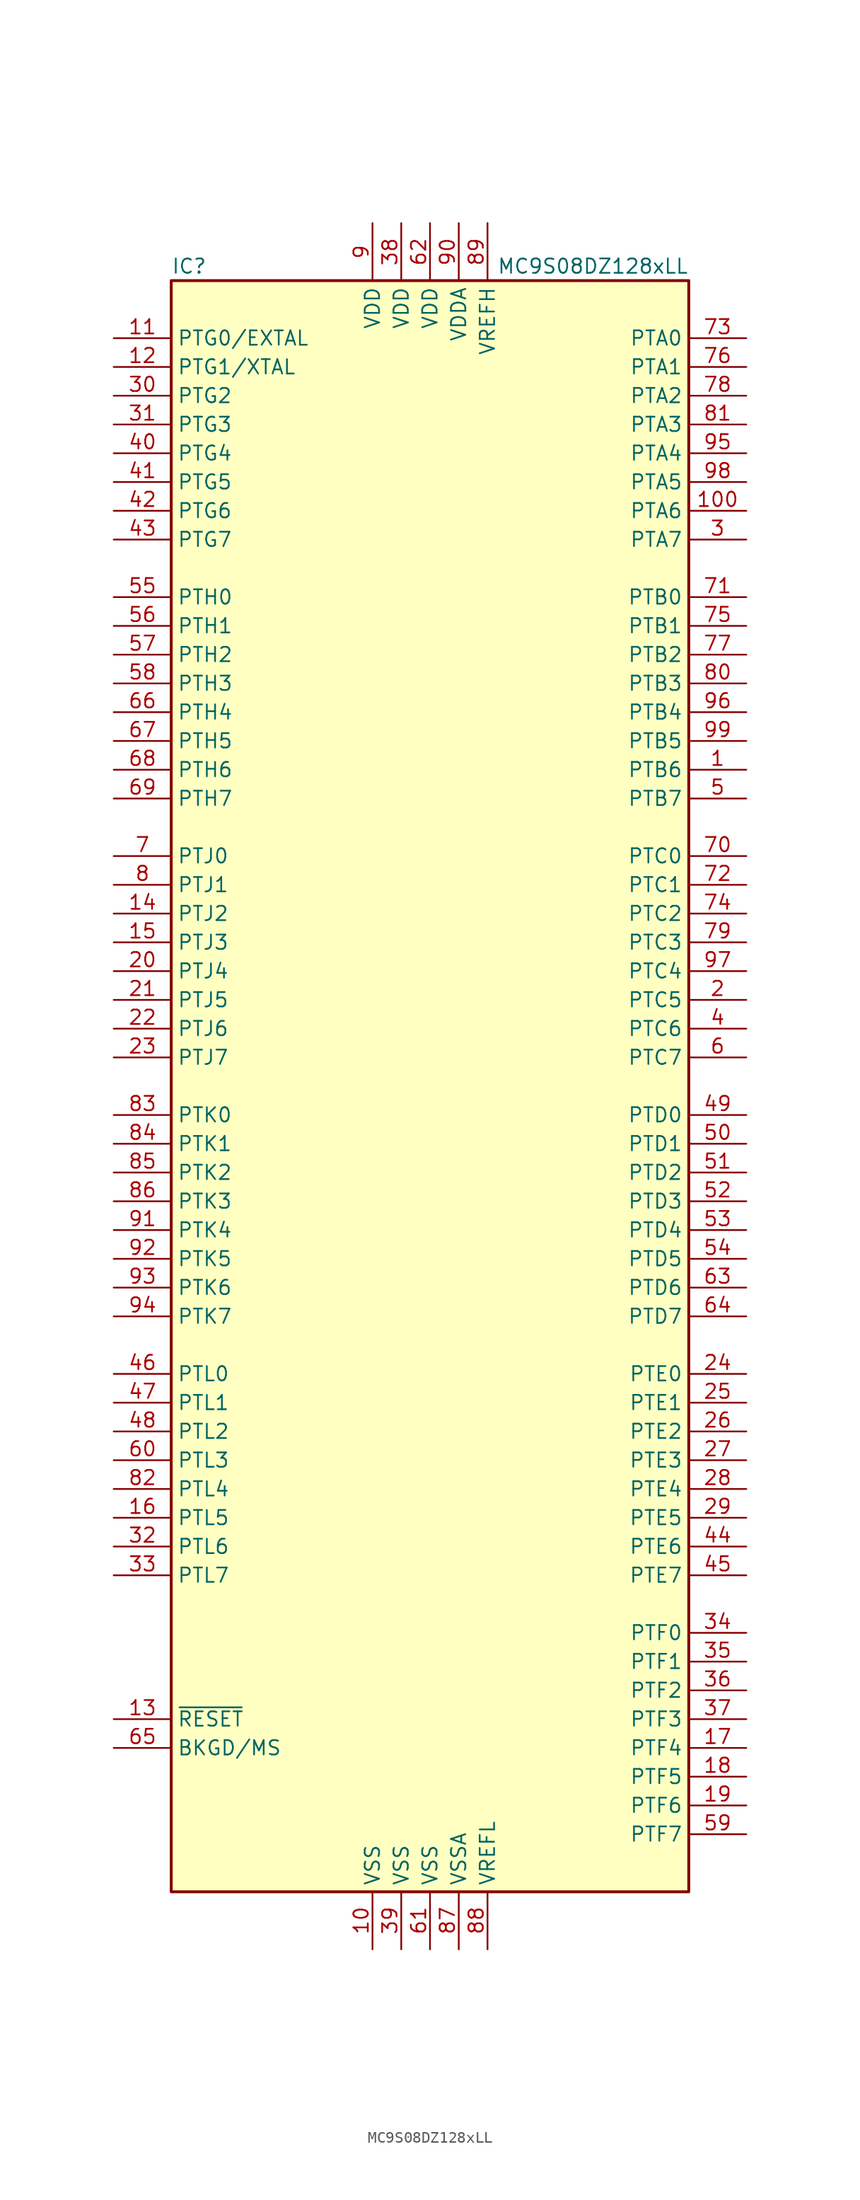
<source format=kicad_sym>
(kicad_symbol_lib
  (version 20231120)
  (generator "kicad_symbol_editor")
  (generator_version "8.0")
  (symbol "MC9S08DZ128xLL"
    (property "Reference" "IC"
      (at -22.86 72.39 0)
      (effects (font (size 1.27 1.27)) (justify left)))
    (property "Value" "MC9S08DZ128xLL"
      (at 22.86 72.39 0)
      (effects (font (size 1.27 1.27)) (justify right)))
    (symbol "MC9S08DZ128xLL_0_1"
      (rectangle (start -22.86 71.12) (end 22.86 -71.12) (stroke (width 0.254) (type default)) (fill (type background))))
    (symbol "MC9S08DZ128xLL_1_1"
      (pin bidirectional line (at 27.94 27.94 180) (length 5.08) (name "PTB6" (effects (font (size 1.27 1.27)))) (number "1" (effects (font (size 1.27 1.27)))))
      (pin power_in line (at -5.08 -76.2 90) (length 5.08) (name "VSS" (effects (font (size 1.27 1.27)))) (number "10" (effects (font (size 1.27 1.27)))))
      (pin bidirectional line (at 27.94 50.8 180) (length 5.08) (name "PTA6" (effects (font (size 1.27 1.27)))) (number "100" (effects (font (size 1.27 1.27)))))
      (pin bidirectional line (at -27.94 66.04 0) (length 5.08) (name "PTG0/EXTAL" (effects (font (size 1.27 1.27)))) (number "11" (effects (font (size 1.27 1.27)))))
      (pin bidirectional line (at -27.94 63.5 0) (length 5.08) (name "PTG1/XTAL" (effects (font (size 1.27 1.27)))) (number "12" (effects (font (size 1.27 1.27)))))
      (pin input line (at -27.94 -55.88 0) (length 5.08) (name "~{RESET}" (effects (font (size 1.27 1.27)))) (number "13" (effects (font (size 1.27 1.27)))))
      (pin bidirectional line (at -27.94 15.24 0) (length 5.08) (name "PTJ2" (effects (font (size 1.27 1.27)))) (number "14" (effects (font (size 1.27 1.27)))))
      (pin bidirectional line (at -27.94 12.7 0) (length 5.08) (name "PTJ3" (effects (font (size 1.27 1.27)))) (number "15" (effects (font (size 1.27 1.27)))))
      (pin bidirectional line (at -27.94 -38.1 0) (length 5.08) (name "PTL5" (effects (font (size 1.27 1.27)))) (number "16" (effects (font (size 1.27 1.27)))))
      (pin bidirectional line (at 27.94 -58.42 180) (length 5.08) (name "PTF4" (effects (font (size 1.27 1.27)))) (number "17" (effects (font (size 1.27 1.27)))))
      (pin bidirectional line (at 27.94 -60.96 180) (length 5.08) (name "PTF5" (effects (font (size 1.27 1.27)))) (number "18" (effects (font (size 1.27 1.27)))))
      (pin bidirectional line (at 27.94 -63.5 180) (length 5.08) (name "PTF6" (effects (font (size 1.27 1.27)))) (number "19" (effects (font (size 1.27 1.27)))))
      (pin bidirectional line (at 27.94 7.62 180) (length 5.08) (name "PTC5" (effects (font (size 1.27 1.27)))) (number "2" (effects (font (size 1.27 1.27)))))
      (pin bidirectional line (at -27.94 10.16 0) (length 5.08) (name "PTJ4" (effects (font (size 1.27 1.27)))) (number "20" (effects (font (size 1.27 1.27)))))
      (pin bidirectional line (at -27.94 7.62 0) (length 5.08) (name "PTJ5" (effects (font (size 1.27 1.27)))) (number "21" (effects (font (size 1.27 1.27)))))
      (pin bidirectional line (at -27.94 5.08 0) (length 5.08) (name "PTJ6" (effects (font (size 1.27 1.27)))) (number "22" (effects (font (size 1.27 1.27)))))
      (pin bidirectional line (at -27.94 2.54 0) (length 5.08) (name "PTJ7" (effects (font (size 1.27 1.27)))) (number "23" (effects (font (size 1.27 1.27)))))
      (pin bidirectional line (at 27.94 -25.4 180) (length 5.08) (name "PTE0" (effects (font (size 1.27 1.27)))) (number "24" (effects (font (size 1.27 1.27)))))
      (pin bidirectional line (at 27.94 -27.94 180) (length 5.08) (name "PTE1" (effects (font (size 1.27 1.27)))) (number "25" (effects (font (size 1.27 1.27)))))
      (pin bidirectional line (at 27.94 -30.48 180) (length 5.08) (name "PTE2" (effects (font (size 1.27 1.27)))) (number "26" (effects (font (size 1.27 1.27)))))
      (pin bidirectional line (at 27.94 -33.02 180) (length 5.08) (name "PTE3" (effects (font (size 1.27 1.27)))) (number "27" (effects (font (size 1.27 1.27)))))
      (pin bidirectional line (at 27.94 -35.56 180) (length 5.08) (name "PTE4" (effects (font (size 1.27 1.27)))) (number "28" (effects (font (size 1.27 1.27)))))
      (pin bidirectional line (at 27.94 -38.1 180) (length 5.08) (name "PTE5" (effects (font (size 1.27 1.27)))) (number "29" (effects (font (size 1.27 1.27)))))
      (pin bidirectional line (at 27.94 48.26 180) (length 5.08) (name "PTA7" (effects (font (size 1.27 1.27)))) (number "3" (effects (font (size 1.27 1.27)))))
      (pin bidirectional line (at -27.94 60.96 0) (length 5.08) (name "PTG2" (effects (font (size 1.27 1.27)))) (number "30" (effects (font (size 1.27 1.27)))))
      (pin bidirectional line (at -27.94 58.42 0) (length 5.08) (name "PTG3" (effects (font (size 1.27 1.27)))) (number "31" (effects (font (size 1.27 1.27)))))
      (pin bidirectional line (at -27.94 -40.64 0) (length 5.08) (name "PTL6" (effects (font (size 1.27 1.27)))) (number "32" (effects (font (size 1.27 1.27)))))
      (pin bidirectional line (at -27.94 -43.18 0) (length 5.08) (name "PTL7" (effects (font (size 1.27 1.27)))) (number "33" (effects (font (size 1.27 1.27)))))
      (pin bidirectional line (at 27.94 -48.26 180) (length 5.08) (name "PTF0" (effects (font (size 1.27 1.27)))) (number "34" (effects (font (size 1.27 1.27)))))
      (pin bidirectional line (at 27.94 -50.8 180) (length 5.08) (name "PTF1" (effects (font (size 1.27 1.27)))) (number "35" (effects (font (size 1.27 1.27)))))
      (pin bidirectional line (at 27.94 -53.34 180) (length 5.08) (name "PTF2" (effects (font (size 1.27 1.27)))) (number "36" (effects (font (size 1.27 1.27)))))
      (pin bidirectional line (at 27.94 -55.88 180) (length 5.08) (name "PTF3" (effects (font (size 1.27 1.27)))) (number "37" (effects (font (size 1.27 1.27)))))
      (pin power_in line (at -2.54 76.2 270) (length 5.08) (name "VDD" (effects (font (size 1.27 1.27)))) (number "38" (effects (font (size 1.27 1.27)))))
      (pin power_in line (at -2.54 -76.2 90) (length 5.08) (name "VSS" (effects (font (size 1.27 1.27)))) (number "39" (effects (font (size 1.27 1.27)))))
      (pin bidirectional line (at 27.94 5.08 180) (length 5.08) (name "PTC6" (effects (font (size 1.27 1.27)))) (number "4" (effects (font (size 1.27 1.27)))))
      (pin bidirectional line (at -27.94 55.88 0) (length 5.08) (name "PTG4" (effects (font (size 1.27 1.27)))) (number "40" (effects (font (size 1.27 1.27)))))
      (pin bidirectional line (at -27.94 53.34 0) (length 5.08) (name "PTG5" (effects (font (size 1.27 1.27)))) (number "41" (effects (font (size 1.27 1.27)))))
      (pin bidirectional line (at -27.94 50.8 0) (length 5.08) (name "PTG6" (effects (font (size 1.27 1.27)))) (number "42" (effects (font (size 1.27 1.27)))))
      (pin bidirectional line (at -27.94 48.26 0) (length 5.08) (name "PTG7" (effects (font (size 1.27 1.27)))) (number "43" (effects (font (size 1.27 1.27)))))
      (pin bidirectional line (at 27.94 -40.64 180) (length 5.08) (name "PTE6" (effects (font (size 1.27 1.27)))) (number "44" (effects (font (size 1.27 1.27)))))
      (pin bidirectional line (at 27.94 -43.18 180) (length 5.08) (name "PTE7" (effects (font (size 1.27 1.27)))) (number "45" (effects (font (size 1.27 1.27)))))
      (pin bidirectional line (at -27.94 -25.4 0) (length 5.08) (name "PTL0" (effects (font (size 1.27 1.27)))) (number "46" (effects (font (size 1.27 1.27)))))
      (pin bidirectional line (at -27.94 -27.94 0) (length 5.08) (name "PTL1" (effects (font (size 1.27 1.27)))) (number "47" (effects (font (size 1.27 1.27)))))
      (pin bidirectional line (at -27.94 -30.48 0) (length 5.08) (name "PTL2" (effects (font (size 1.27 1.27)))) (number "48" (effects (font (size 1.27 1.27)))))
      (pin bidirectional line (at 27.94 -2.54 180) (length 5.08) (name "PTD0" (effects (font (size 1.27 1.27)))) (number "49" (effects (font (size 1.27 1.27)))))
      (pin bidirectional line (at 27.94 25.4 180) (length 5.08) (name "PTB7" (effects (font (size 1.27 1.27)))) (number "5" (effects (font (size 1.27 1.27)))))
      (pin bidirectional line (at 27.94 -5.08 180) (length 5.08) (name "PTD1" (effects (font (size 1.27 1.27)))) (number "50" (effects (font (size 1.27 1.27)))))
      (pin bidirectional line (at 27.94 -7.62 180) (length 5.08) (name "PTD2" (effects (font (size 1.27 1.27)))) (number "51" (effects (font (size 1.27 1.27)))))
      (pin bidirectional line (at 27.94 -10.16 180) (length 5.08) (name "PTD3" (effects (font (size 1.27 1.27)))) (number "52" (effects (font (size 1.27 1.27)))))
      (pin bidirectional line (at 27.94 -12.7 180) (length 5.08) (name "PTD4" (effects (font (size 1.27 1.27)))) (number "53" (effects (font (size 1.27 1.27)))))
      (pin bidirectional line (at 27.94 -15.24 180) (length 5.08) (name "PTD5" (effects (font (size 1.27 1.27)))) (number "54" (effects (font (size 1.27 1.27)))))
      (pin bidirectional line (at -27.94 43.18 0) (length 5.08) (name "PTH0" (effects (font (size 1.27 1.27)))) (number "55" (effects (font (size 1.27 1.27)))))
      (pin bidirectional line (at -27.94 40.64 0) (length 5.08) (name "PTH1" (effects (font (size 1.27 1.27)))) (number "56" (effects (font (size 1.27 1.27)))))
      (pin bidirectional line (at -27.94 38.1 0) (length 5.08) (name "PTH2" (effects (font (size 1.27 1.27)))) (number "57" (effects (font (size 1.27 1.27)))))
      (pin bidirectional line (at -27.94 35.56 0) (length 5.08) (name "PTH3" (effects (font (size 1.27 1.27)))) (number "58" (effects (font (size 1.27 1.27)))))
      (pin bidirectional line (at 27.94 -66.04 180) (length 5.08) (name "PTF7" (effects (font (size 1.27 1.27)))) (number "59" (effects (font (size 1.27 1.27)))))
      (pin bidirectional line (at 27.94 2.54 180) (length 5.08) (name "PTC7" (effects (font (size 1.27 1.27)))) (number "6" (effects (font (size 1.27 1.27)))))
      (pin bidirectional line (at -27.94 -33.02 0) (length 5.08) (name "PTL3" (effects (font (size 1.27 1.27)))) (number "60" (effects (font (size 1.27 1.27)))))
      (pin power_in line (at 0 -76.2 90) (length 5.08) (name "VSS" (effects (font (size 1.27 1.27)))) (number "61" (effects (font (size 1.27 1.27)))))
      (pin power_in line (at 0 76.2 270) (length 5.08) (name "VDD" (effects (font (size 1.27 1.27)))) (number "62" (effects (font (size 1.27 1.27)))))
      (pin bidirectional line (at 27.94 -17.78 180) (length 5.08) (name "PTD6" (effects (font (size 1.27 1.27)))) (number "63" (effects (font (size 1.27 1.27)))))
      (pin bidirectional line (at 27.94 -20.32 180) (length 5.08) (name "PTD7" (effects (font (size 1.27 1.27)))) (number "64" (effects (font (size 1.27 1.27)))))
      (pin bidirectional line (at -27.94 -58.42 0) (length 5.08) (name "BKGD/MS" (effects (font (size 1.27 1.27)))) (number "65" (effects (font (size 1.27 1.27)))))
      (pin bidirectional line (at -27.94 33.02 0) (length 5.08) (name "PTH4" (effects (font (size 1.27 1.27)))) (number "66" (effects (font (size 1.27 1.27)))))
      (pin bidirectional line (at -27.94 30.48 0) (length 5.08) (name "PTH5" (effects (font (size 1.27 1.27)))) (number "67" (effects (font (size 1.27 1.27)))))
      (pin bidirectional line (at -27.94 27.94 0) (length 5.08) (name "PTH6" (effects (font (size 1.27 1.27)))) (number "68" (effects (font (size 1.27 1.27)))))
      (pin bidirectional line (at -27.94 25.4 0) (length 5.08) (name "PTH7" (effects (font (size 1.27 1.27)))) (number "69" (effects (font (size 1.27 1.27)))))
      (pin bidirectional line (at -27.94 20.32 0) (length 5.08) (name "PTJ0" (effects (font (size 1.27 1.27)))) (number "7" (effects (font (size 1.27 1.27)))))
      (pin bidirectional line (at 27.94 20.32 180) (length 5.08) (name "PTC0" (effects (font (size 1.27 1.27)))) (number "70" (effects (font (size 1.27 1.27)))))
      (pin bidirectional line (at 27.94 43.18 180) (length 5.08) (name "PTB0" (effects (font (size 1.27 1.27)))) (number "71" (effects (font (size 1.27 1.27)))))
      (pin bidirectional line (at 27.94 17.78 180) (length 5.08) (name "PTC1" (effects (font (size 1.27 1.27)))) (number "72" (effects (font (size 1.27 1.27)))))
      (pin bidirectional line (at 27.94 66.04 180) (length 5.08) (name "PTA0" (effects (font (size 1.27 1.27)))) (number "73" (effects (font (size 1.27 1.27)))))
      (pin bidirectional line (at 27.94 15.24 180) (length 5.08) (name "PTC2" (effects (font (size 1.27 1.27)))) (number "74" (effects (font (size 1.27 1.27)))))
      (pin bidirectional line (at 27.94 40.64 180) (length 5.08) (name "PTB1" (effects (font (size 1.27 1.27)))) (number "75" (effects (font (size 1.27 1.27)))))
      (pin bidirectional line (at 27.94 63.5 180) (length 5.08) (name "PTA1" (effects (font (size 1.27 1.27)))) (number "76" (effects (font (size 1.27 1.27)))))
      (pin bidirectional line (at 27.94 38.1 180) (length 5.08) (name "PTB2" (effects (font (size 1.27 1.27)))) (number "77" (effects (font (size 1.27 1.27)))))
      (pin bidirectional line (at 27.94 60.96 180) (length 5.08) (name "PTA2" (effects (font (size 1.27 1.27)))) (number "78" (effects (font (size 1.27 1.27)))))
      (pin bidirectional line (at 27.94 12.7 180) (length 5.08) (name "PTC3" (effects (font (size 1.27 1.27)))) (number "79" (effects (font (size 1.27 1.27)))))
      (pin bidirectional line (at -27.94 17.78 0) (length 5.08) (name "PTJ1" (effects (font (size 1.27 1.27)))) (number "8" (effects (font (size 1.27 1.27)))))
      (pin bidirectional line (at 27.94 35.56 180) (length 5.08) (name "PTB3" (effects (font (size 1.27 1.27)))) (number "80" (effects (font (size 1.27 1.27)))))
      (pin bidirectional line (at 27.94 58.42 180) (length 5.08) (name "PTA3" (effects (font (size 1.27 1.27)))) (number "81" (effects (font (size 1.27 1.27)))))
      (pin bidirectional line (at -27.94 -35.56 0) (length 5.08) (name "PTL4" (effects (font (size 1.27 1.27)))) (number "82" (effects (font (size 1.27 1.27)))))
      (pin bidirectional line (at -27.94 -2.54 0) (length 5.08) (name "PTK0" (effects (font (size 1.27 1.27)))) (number "83" (effects (font (size 1.27 1.27)))))
      (pin bidirectional line (at -27.94 -5.08 0) (length 5.08) (name "PTK1" (effects (font (size 1.27 1.27)))) (number "84" (effects (font (size 1.27 1.27)))))
      (pin bidirectional line (at -27.94 -7.62 0) (length 5.08) (name "PTK2" (effects (font (size 1.27 1.27)))) (number "85" (effects (font (size 1.27 1.27)))))
      (pin bidirectional line (at -27.94 -10.16 0) (length 5.08) (name "PTK3" (effects (font (size 1.27 1.27)))) (number "86" (effects (font (size 1.27 1.27)))))
      (pin power_in line (at 2.54 -76.2 90) (length 5.08) (name "VSSA" (effects (font (size 1.27 1.27)))) (number "87" (effects (font (size 1.27 1.27)))))
      (pin power_in line (at 5.08 -76.2 90) (length 5.08) (name "VREFL" (effects (font (size 1.27 1.27)))) (number "88" (effects (font (size 1.27 1.27)))))
      (pin power_in line (at 5.08 76.2 270) (length 5.08) (name "VREFH" (effects (font (size 1.27 1.27)))) (number "89" (effects (font (size 1.27 1.27)))))
      (pin power_in line (at -5.08 76.2 270) (length 5.08) (name "VDD" (effects (font (size 1.27 1.27)))) (number "9" (effects (font (size 1.27 1.27)))))
      (pin power_in line (at 2.54 76.2 270) (length 5.08) (name "VDDA" (effects (font (size 1.27 1.27)))) (number "90" (effects (font (size 1.27 1.27)))))
      (pin bidirectional line (at -27.94 -12.7 0) (length 5.08) (name "PTK4" (effects (font (size 1.27 1.27)))) (number "91" (effects (font (size 1.27 1.27)))))
      (pin bidirectional line (at -27.94 -15.24 0) (length 5.08) (name "PTK5" (effects (font (size 1.27 1.27)))) (number "92" (effects (font (size 1.27 1.27)))))
      (pin bidirectional line (at -27.94 -17.78 0) (length 5.08) (name "PTK6" (effects (font (size 1.27 1.27)))) (number "93" (effects (font (size 1.27 1.27)))))
      (pin bidirectional line (at -27.94 -20.32 0) (length 5.08) (name "PTK7" (effects (font (size 1.27 1.27)))) (number "94" (effects (font (size 1.27 1.27)))))
      (pin bidirectional line (at 27.94 55.88 180) (length 5.08) (name "PTA4" (effects (font (size 1.27 1.27)))) (number "95" (effects (font (size 1.27 1.27)))))
      (pin bidirectional line (at 27.94 33.02 180) (length 5.08) (name "PTB4" (effects (font (size 1.27 1.27)))) (number "96" (effects (font (size 1.27 1.27)))))
      (pin bidirectional line (at 27.94 10.16 180) (length 5.08) (name "PTC4" (effects (font (size 1.27 1.27)))) (number "97" (effects (font (size 1.27 1.27)))))
      (pin bidirectional line (at 27.94 53.34 180) (length 5.08) (name "PTA5" (effects (font (size 1.27 1.27)))) (number "98" (effects (font (size 1.27 1.27)))))
      (pin bidirectional line (at 27.94 30.48 180) (length 5.08) (name "PTB5" (effects (font (size 1.27 1.27)))) (number "99" (effects (font (size 1.27 1.27))))))))
</source>
